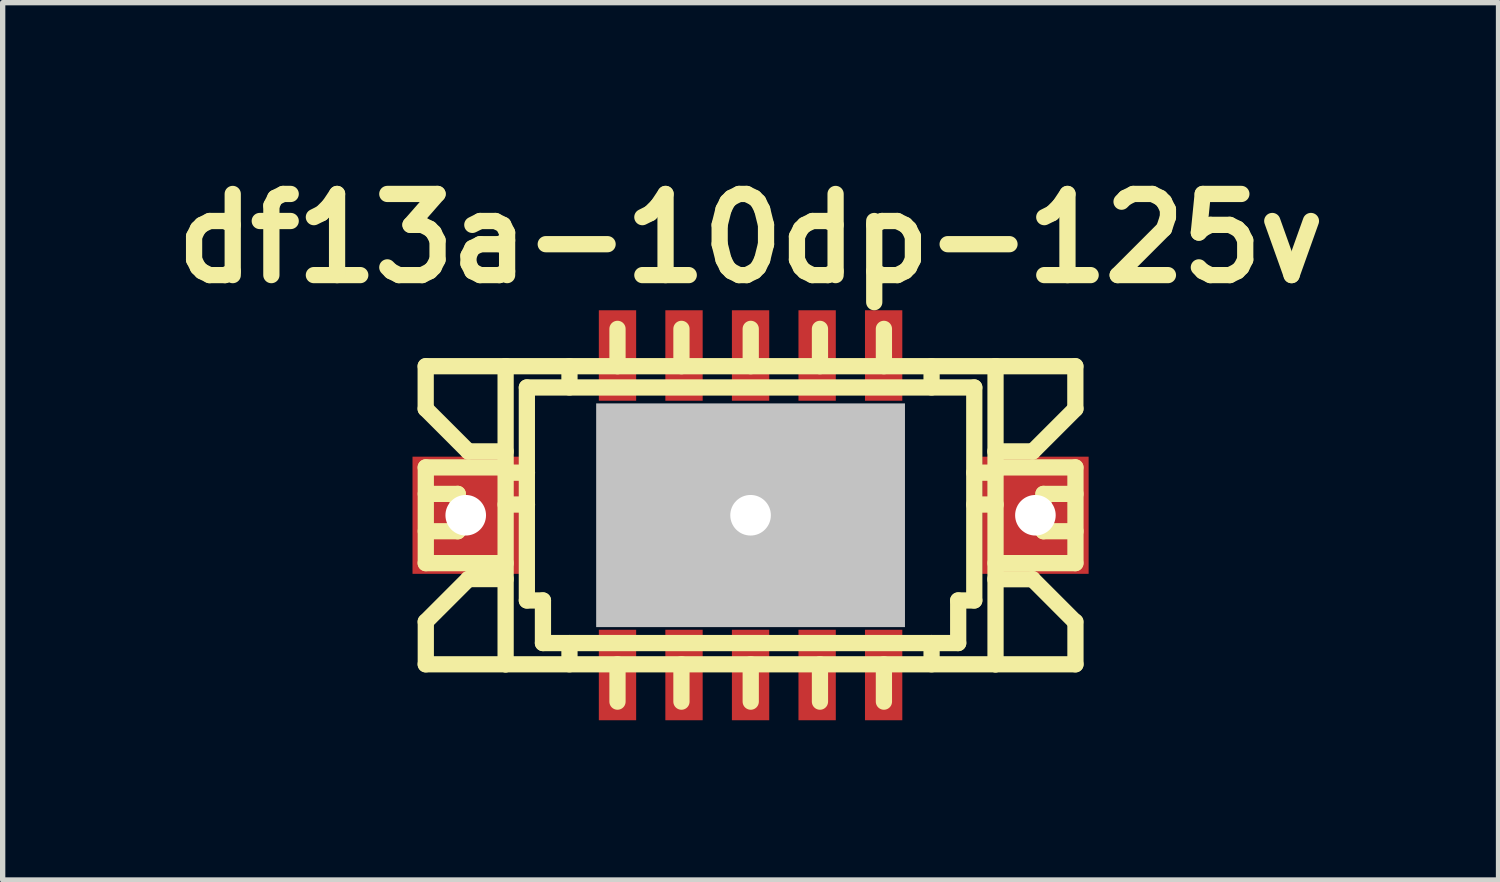
<source format=kicad_pcb>
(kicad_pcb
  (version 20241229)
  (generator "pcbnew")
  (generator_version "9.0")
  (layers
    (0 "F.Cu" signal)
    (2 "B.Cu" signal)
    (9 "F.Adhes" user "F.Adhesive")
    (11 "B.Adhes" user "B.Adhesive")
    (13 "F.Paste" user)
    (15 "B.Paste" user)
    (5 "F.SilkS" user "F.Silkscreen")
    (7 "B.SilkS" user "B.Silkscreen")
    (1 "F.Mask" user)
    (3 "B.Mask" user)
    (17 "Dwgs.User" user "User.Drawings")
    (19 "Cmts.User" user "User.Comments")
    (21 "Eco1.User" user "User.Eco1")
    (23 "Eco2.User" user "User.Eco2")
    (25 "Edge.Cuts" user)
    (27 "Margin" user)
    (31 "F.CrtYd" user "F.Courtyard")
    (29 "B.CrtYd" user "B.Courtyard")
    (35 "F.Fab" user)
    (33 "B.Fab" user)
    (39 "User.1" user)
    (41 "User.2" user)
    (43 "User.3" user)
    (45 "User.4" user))
  (footprint "df13a-10dp-125v"
    (layer "F.Cu")
    (at 11.045 6.626)
    (property "Reference" "df13a-10dp-125v" (at 0 -5.199 0) (layer "F.SilkS") (effects (font (size 1.524 1.524) (thickness 0.305))))
    (attr through_hole)
    (fp_line (start -6.101 -2.799) (end -6.101 -1.999) (stroke (width 0.305) (type solid)) (layer "F.SilkS"))
    (fp_line (start -6.101 -1.999) (end -5.301 -1.199) (stroke (width 0.305) (type solid)) (layer "F.SilkS"))
    (fp_line (start -6.101 -0.899) (end -4.6 -0.899) (stroke (width 0.305) (type solid)) (layer "F.SilkS"))
    (fp_line (start -6.101 0.899) (end -4.6 0.899) (stroke (width 0.305) (type solid)) (layer "F.SilkS"))
    (fp_line (start -6.101 2.799) (end -4.6 2.799) (stroke (width 0.305) (type solid)) (layer "F.SilkS"))
    (fp_line (start -6.099 -0.401) (end -5.499 -0.401) (stroke (width 0.305) (type solid)) (layer "F.SilkS"))
    (fp_line (start -6.099 0.899) (end -6.099 -0.899) (stroke (width 0.305) (type solid)) (layer "F.SilkS"))
    (fp_line (start -6.099 2.799) (end -6.099 1.999) (stroke (width 0.305) (type solid)) (layer "F.SilkS"))
    (fp_line (start -5.499 -0.401) (end -5.499 0.3) (stroke (width 0.305) (type solid)) (layer "F.SilkS"))
    (fp_line (start -5.499 0.3) (end -6.099 0.3) (stroke (width 0.305) (type solid)) (layer "F.SilkS"))
    (fp_line (start -5.301 -1.199) (end -4.6 -1.199) (stroke (width 0.305) (type solid)) (layer "F.SilkS"))
    (fp_line (start -5.301 1.199) (end -6.101 1.999) (stroke (width 0.305) (type solid)) (layer "F.SilkS"))
    (fp_line (start -4.6 -2.799) (end -6.101 -2.799) (stroke (width 0.305) (type solid)) (layer "F.SilkS"))
    (fp_line (start -4.6 -2.799) (end -4.6 2.799) (stroke (width 0.305) (type solid)) (layer "F.SilkS"))
    (fp_line (start -4.6 -0.8) (end -4.199 -0.8) (stroke (width 0.305) (type solid)) (layer "F.SilkS"))
    (fp_line (start -4.6 -0.201) (end -4.199 -0.201) (stroke (width 0.305) (type solid)) (layer "F.SilkS"))
    (fp_line (start -4.6 1.199) (end -5.301 1.199) (stroke (width 0.305) (type solid)) (layer "F.SilkS"))
    (fp_line (start -4.6 2.799) (end 4.6 2.799) (stroke (width 0.305) (type solid)) (layer "F.SilkS"))
    (fp_line (start -4.201 -2.4) (end 4.201 -2.4) (stroke (width 0.305) (type solid)) (layer "F.SilkS"))
    (fp_line (start -4.201 1.6) (end -4.201 -2.4) (stroke (width 0.305) (type solid)) (layer "F.SilkS"))
    (fp_line (start -3.899 1.6) (end -4.201 1.6) (stroke (width 0.305) (type solid)) (layer "F.SilkS"))
    (fp_line (start -3.899 2.4) (end -3.899 1.6) (stroke (width 0.305) (type solid)) (layer "F.SilkS"))
    (fp_line (start -3.401 -2.799) (end -3.401 -2.4) (stroke (width 0.305) (type solid)) (layer "F.SilkS"))
    (fp_line (start -3.401 2.4) (end -3.401 2.799) (stroke (width 0.305) (type solid)) (layer "F.SilkS"))
    (fp_line (start -2.598 -0.701) (end -2.598 -0.5) (stroke (width 0.305) (type solid)) (layer "F.SilkS"))
    (fp_line (start -2.598 -0.5) (end -2.398 -0.5) (stroke (width 0.305) (type solid)) (layer "F.SilkS"))
    (fp_line (start -2.598 0.498) (end -2.598 0.699) (stroke (width 0.305) (type solid)) (layer "F.SilkS"))
    (fp_line (start -2.598 0.699) (end -2.398 0.699) (stroke (width 0.305) (type solid)) (layer "F.SilkS"))
    (fp_line (start -2.499 -3.5) (end -2.499 -2.799) (stroke (width 0.305) (type solid)) (layer "F.SilkS"))
    (fp_line (start -2.499 2.799) (end -2.499 3.5) (stroke (width 0.305) (type solid)) (layer "F.SilkS"))
    (fp_line (start -2.398 -0.701) (end -2.598 -0.701) (stroke (width 0.305) (type solid)) (layer "F.SilkS"))
    (fp_line (start -2.398 -0.5) (end -2.398 -0.701) (stroke (width 0.305) (type solid)) (layer "F.SilkS"))
    (fp_line (start -2.398 0.498) (end -2.598 0.498) (stroke (width 0.305) (type solid)) (layer "F.SilkS"))
    (fp_line (start -2.398 0.699) (end -2.398 0.498) (stroke (width 0.305) (type solid)) (layer "F.SilkS"))
    (fp_line (start -1.298 -3.5) (end -1.298 -2.799) (stroke (width 0.305) (type solid)) (layer "F.SilkS"))
    (fp_line (start -1.298 -0.699) (end -1.1 -0.699) (stroke (width 0.305) (type solid)) (layer "F.SilkS"))
    (fp_line (start -1.298 -0.5) (end -1.298 -0.699) (stroke (width 0.305) (type solid)) (layer "F.SilkS"))
    (fp_line (start -1.298 0.5) (end -1.1 0.5) (stroke (width 0.305) (type solid)) (layer "F.SilkS"))
    (fp_line (start -1.298 0.699) (end -1.298 0.5) (stroke (width 0.305) (type solid)) (layer "F.SilkS"))
    (fp_line (start -1.298 2.799) (end -1.298 3.5) (stroke (width 0.305) (type solid)) (layer "F.SilkS"))
    (fp_line (start -1.1 -0.699) (end -1.1 -0.5) (stroke (width 0.305) (type solid)) (layer "F.SilkS"))
    (fp_line (start -1.1 -0.5) (end -1.298 -0.5) (stroke (width 0.305) (type solid)) (layer "F.SilkS"))
    (fp_line (start -1.1 0.5) (end -1.1 0.699) (stroke (width 0.305) (type solid)) (layer "F.SilkS"))
    (fp_line (start -1.1 0.699) (end -1.298 0.699) (stroke (width 0.305) (type solid)) (layer "F.SilkS"))
    (fp_line (start -0.099 -0.699) (end 0.099 -0.699) (stroke (width 0.305) (type solid)) (layer "F.SilkS"))
    (fp_line (start -0.099 -0.5) (end -0.099 -0.699) (stroke (width 0.305) (type solid)) (layer "F.SilkS"))
    (fp_line (start -0.099 0.5) (end 0.099 0.5) (stroke (width 0.305) (type solid)) (layer "F.SilkS"))
    (fp_line (start -0.099 0.699) (end -0.099 0.5) (stroke (width 0.305) (type solid)) (layer "F.SilkS"))
    (fp_line (start 0.003 -3.5) (end 0.003 -2.799) (stroke (width 0.305) (type solid)) (layer "F.SilkS"))
    (fp_line (start 0.003 2.799) (end 0.003 3.5) (stroke (width 0.305) (type solid)) (layer "F.SilkS"))
    (fp_line (start 0.099 -0.699) (end 0.099 -0.5) (stroke (width 0.305) (type solid)) (layer "F.SilkS"))
    (fp_line (start 0.099 -0.5) (end -0.099 -0.5) (stroke (width 0.305) (type solid)) (layer "F.SilkS"))
    (fp_line (start 0.099 0.5) (end 0.099 0.699) (stroke (width 0.305) (type solid)) (layer "F.SilkS"))
    (fp_line (start 0.099 0.699) (end -0.099 0.699) (stroke (width 0.305) (type solid)) (layer "F.SilkS"))
    (fp_line (start 1.1 -0.699) (end 1.298 -0.699) (stroke (width 0.305) (type solid)) (layer "F.SilkS"))
    (fp_line (start 1.1 -0.5) (end 1.1 -0.699) (stroke (width 0.305) (type solid)) (layer "F.SilkS"))
    (fp_line (start 1.1 0.5) (end 1.298 0.5) (stroke (width 0.305) (type solid)) (layer "F.SilkS"))
    (fp_line (start 1.1 0.699) (end 1.1 0.5) (stroke (width 0.305) (type solid)) (layer "F.SilkS"))
    (fp_line (start 1.298 -0.699) (end 1.298 -0.5) (stroke (width 0.305) (type solid)) (layer "F.SilkS"))
    (fp_line (start 1.298 -0.5) (end 1.1 -0.5) (stroke (width 0.305) (type solid)) (layer "F.SilkS"))
    (fp_line (start 1.298 0.5) (end 1.298 0.699) (stroke (width 0.305) (type solid)) (layer "F.SilkS"))
    (fp_line (start 1.298 0.699) (end 1.1 0.699) (stroke (width 0.305) (type solid)) (layer "F.SilkS"))
    (fp_line (start 1.303 -3.5) (end 1.303 -2.799) (stroke (width 0.305) (type solid)) (layer "F.SilkS"))
    (fp_line (start 1.303 2.799) (end 1.303 3.5) (stroke (width 0.305) (type solid)) (layer "F.SilkS"))
    (fp_line (start 2.403 -0.701) (end 2.603 -0.701) (stroke (width 0.305) (type solid)) (layer "F.SilkS"))
    (fp_line (start 2.403 -0.5) (end 2.403 -0.701) (stroke (width 0.305) (type solid)) (layer "F.SilkS"))
    (fp_line (start 2.403 0.498) (end 2.603 0.498) (stroke (width 0.305) (type solid)) (layer "F.SilkS"))
    (fp_line (start 2.403 0.699) (end 2.403 0.498) (stroke (width 0.305) (type solid)) (layer "F.SilkS"))
    (fp_line (start 2.504 -3.5) (end 2.504 -2.799) (stroke (width 0.305) (type solid)) (layer "F.SilkS"))
    (fp_line (start 2.504 2.799) (end 2.504 3.5) (stroke (width 0.305) (type solid)) (layer "F.SilkS"))
    (fp_line (start 2.603 -0.701) (end 2.603 -0.5) (stroke (width 0.305) (type solid)) (layer "F.SilkS"))
    (fp_line (start 2.603 -0.5) (end 2.403 -0.5) (stroke (width 0.305) (type solid)) (layer "F.SilkS"))
    (fp_line (start 2.603 0.498) (end 2.603 0.699) (stroke (width 0.305) (type solid)) (layer "F.SilkS"))
    (fp_line (start 2.603 0.699) (end 2.403 0.699) (stroke (width 0.305) (type solid)) (layer "F.SilkS"))
    (fp_line (start 3.399 -2.799) (end 3.399 -2.4) (stroke (width 0.305) (type solid)) (layer "F.SilkS"))
    (fp_line (start 3.399 2.4) (end 3.399 2.799) (stroke (width 0.305) (type solid)) (layer "F.SilkS"))
    (fp_line (start 3.899 1.6) (end 3.899 2.4) (stroke (width 0.305) (type solid)) (layer "F.SilkS"))
    (fp_line (start 3.899 2.4) (end -3.899 2.4) (stroke (width 0.305) (type solid)) (layer "F.SilkS"))
    (fp_line (start 4.201 -2.4) (end 4.201 1.6) (stroke (width 0.305) (type solid)) (layer "F.SilkS"))
    (fp_line (start 4.201 -0.201) (end 4.602 -0.201) (stroke (width 0.305) (type solid)) (layer "F.SilkS"))
    (fp_line (start 4.201 1.6) (end 3.899 1.6) (stroke (width 0.305) (type solid)) (layer "F.SilkS"))
    (fp_line (start 4.597 -1.199) (end 5.298 -1.199) (stroke (width 0.305) (type solid)) (layer "F.SilkS"))
    (fp_line (start 4.597 1.201) (end 5.298 1.201) (stroke (width 0.305) (type solid)) (layer "F.SilkS"))
    (fp_line (start 4.6 -2.799) (end -4.6 -2.799) (stroke (width 0.305) (type solid)) (layer "F.SilkS"))
    (fp_line (start 4.6 2.799) (end 4.6 -2.799) (stroke (width 0.305) (type solid)) (layer "F.SilkS"))
    (fp_line (start 4.6 2.799) (end 6.101 2.799) (stroke (width 0.305) (type solid)) (layer "F.SilkS"))
    (fp_line (start 4.602 -0.8) (end 4.201 -0.8) (stroke (width 0.305) (type solid)) (layer "F.SilkS"))
    (fp_line (start 5.296 1.201) (end 6.096 2.002) (stroke (width 0.305) (type solid)) (layer "F.SilkS"))
    (fp_line (start 5.301 -1.199) (end 6.101 -1.999) (stroke (width 0.305) (type solid)) (layer "F.SilkS"))
    (fp_line (start 5.499 -0.401) (end 5.499 0.3) (stroke (width 0.305) (type solid)) (layer "F.SilkS"))
    (fp_line (start 5.502 -0.401) (end 6.101 -0.401) (stroke (width 0.305) (type solid)) (layer "F.SilkS"))
    (fp_line (start 5.502 0.3) (end 6.101 0.3) (stroke (width 0.305) (type solid)) (layer "F.SilkS"))
    (fp_line (start 6.099 -2.799) (end 4.597 -2.799) (stroke (width 0.305) (type solid)) (layer "F.SilkS"))
    (fp_line (start 6.099 -2.799) (end 6.099 -1.999) (stroke (width 0.305) (type solid)) (layer "F.SilkS"))
    (fp_line (start 6.099 -0.899) (end 4.6 -0.899) (stroke (width 0.305) (type solid)) (layer "F.SilkS"))
    (fp_line (start 6.099 0.899) (end 4.6 0.899) (stroke (width 0.305) (type solid)) (layer "F.SilkS"))
    (fp_line (start 6.101 -0.899) (end 6.101 0.899) (stroke (width 0.305) (type solid)) (layer "F.SilkS"))
    (fp_line (start 6.101 2.799) (end 6.101 1.999) (stroke (width 0.305) (type solid)) (layer "F.SilkS"))
    (pad "" np_thru_hole rect (at -5.349 0) (size 1.999 2.2) (drill 0.762) (layers "F.Cu" "F.Mask" "F.Paste"))
    (pad "" np_thru_hole rect (at 0 0) (size 5.799 4.201) (drill 0.762) (layers "Dwgs.User"))
    (pad "" np_thru_hole rect (at 5.349 0) (size 1.999 2.2) (drill 0.762) (layers "F.Cu" "F.Mask" "F.Paste"))
    (pad "1" smd rect (at -2.499 -3) (size 0.701 1.699) (layers "F.Cu" "F.Mask" "F.Paste"))
    (pad "2" smd rect (at -2.499 3) (size 0.701 1.699) (layers "F.Cu" "F.Mask" "F.Paste"))
    (pad "3" smd rect (at -1.25 -3) (size 0.701 1.699) (layers "F.Cu" "F.Mask" "F.Paste"))
    (pad "3" smd rect (at -1.25 3) (size 0.701 1.699) (layers "F.Cu" "F.Mask" "F.Paste"))
    (pad "4" smd rect (at 0 3) (size 0.701 1.699) (layers "F.Cu" "F.Mask" "F.Paste"))
    (pad "5" smd rect (at 0 -3) (size 0.701 1.699) (layers "F.Cu" "F.Mask" "F.Paste"))
    (pad "5" smd rect (at 1.25 3) (size 0.701 1.699) (layers "F.Cu" "F.Mask" "F.Paste"))
    (pad "6" smd rect (at 2.499 3) (size 0.701 1.699) (layers "F.Cu" "F.Mask" "F.Paste"))
    (pad "7" smd rect (at 1.25 -3) (size 0.701 1.699) (layers "F.Cu" "F.Mask" "F.Paste"))
    (pad "9" smd rect (at 2.499 -3) (size 0.701 1.699) (layers "F.Cu" "F.Mask" "F.Paste")))
  (gr_rect
    (start -3 -3)
    (end 25.091 13.475)
    (stroke (width 0.1) (type default))
    (fill no)
    (layer "Edge.Cuts")))
</source>
